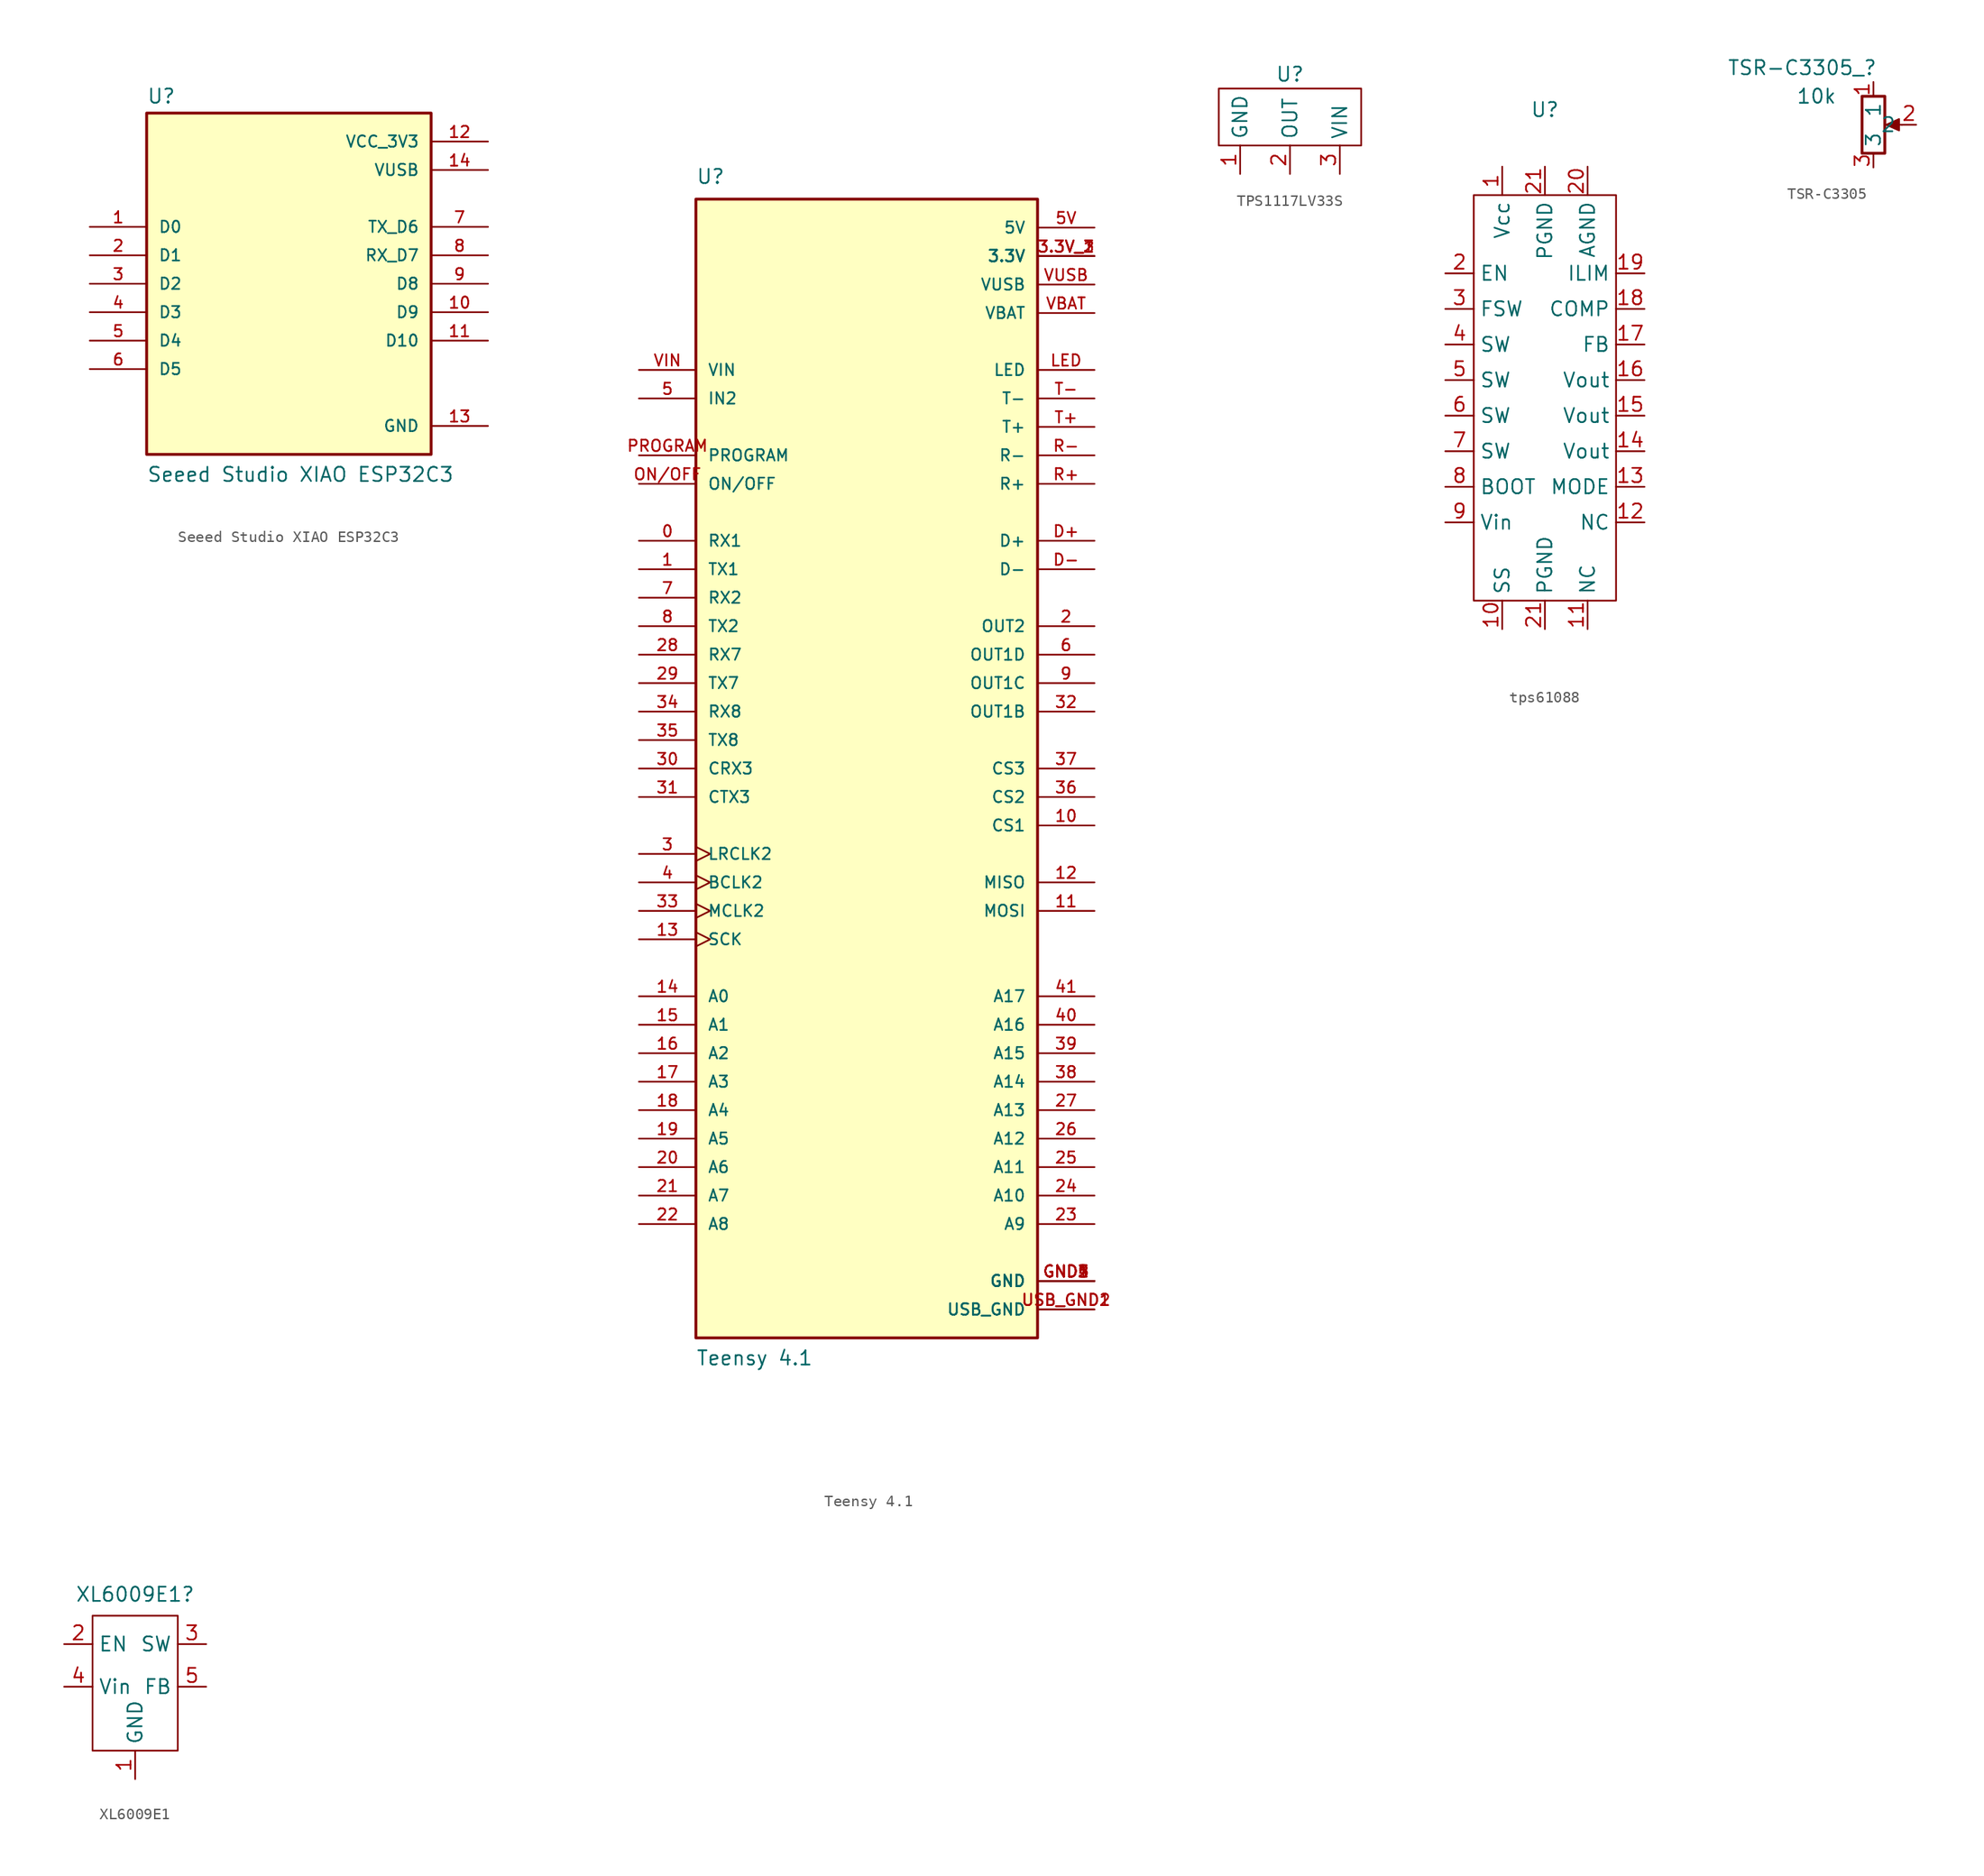
<source format=kicad_sym>
(kicad_symbol_lib
  (version 20220914)
  (generator kicad_symbol_editor)
  (symbol "Seeed Studio XIAO ESP32C3"
    (pin_names
      (offset 1.016))
    (property "Reference" "U"
      (at -12.7 16.002 0)
      (effects (font (size 1.27 1.27)) (justify left bottom)))
    (property "Value" "Seeed Studio XIAO ESP32C3"
      (at -12.7 -17.78 0)
      (effects (font (size 1.27 1.27)) (justify left bottom)))
    (symbol "Seeed Studio XIAO ESP32C3_0_0"
      (rectangle (start -12.7 -15.24) (end 12.7 15.24) (stroke (width 0.254) (type default)) (fill (type background)))
      (pin bidirectional line (at -17.78 5.08 0) (length 5.08) (name "D0" (effects (font (size 1.016 1.016)))) (number "1" (effects (font (size 1.016 1.016)))))
      (pin bidirectional line (at 17.78 -2.54 180) (length 5.08) (name "D9" (effects (font (size 1.016 1.016)))) (number "10" (effects (font (size 1.016 1.016)))))
      (pin bidirectional line (at 17.78 -5.08 180) (length 5.08) (name "D10" (effects (font (size 1.016 1.016)))) (number "11" (effects (font (size 1.016 1.016)))))
      (pin power_in line (at 17.78 12.7 180) (length 5.08) (name "VCC_3V3" (effects (font (size 1.016 1.016)))) (number "12" (effects (font (size 1.016 1.016)))))
      (pin power_in line (at 17.78 -12.7 180) (length 5.08) (name "GND" (effects (font (size 1.016 1.016)))) (number "13" (effects (font (size 1.016 1.016)))))
      (pin power_in line (at 17.78 10.16 180) (length 5.08) (name "VUSB" (effects (font (size 1.016 1.016)))) (number "14" (effects (font (size 1.016 1.016)))))
      (pin bidirectional line (at -17.78 2.54 0) (length 5.08) (name "D1" (effects (font (size 1.016 1.016)))) (number "2" (effects (font (size 1.016 1.016)))))
      (pin bidirectional line (at -17.78 0 0) (length 5.08) (name "D2" (effects (font (size 1.016 1.016)))) (number "3" (effects (font (size 1.016 1.016)))))
      (pin bidirectional line (at -17.78 -2.54 0) (length 5.08) (name "D3" (effects (font (size 1.016 1.016)))) (number "4" (effects (font (size 1.016 1.016)))))
      (pin bidirectional line (at -17.78 -5.08 0) (length 5.08) (name "D4" (effects (font (size 1.016 1.016)))) (number "5" (effects (font (size 1.016 1.016)))))
      (pin bidirectional line (at -17.78 -7.62 0) (length 5.08) (name "D5" (effects (font (size 1.016 1.016)))) (number "6" (effects (font (size 1.016 1.016)))))
      (pin bidirectional line (at 17.78 5.08 180) (length 5.08) (name "TX_D6" (effects (font (size 1.016 1.016)))) (number "7" (effects (font (size 1.016 1.016)))))
      (pin bidirectional line (at 17.78 2.54 180) (length 5.08) (name "RX_D7" (effects (font (size 1.016 1.016)))) (number "8" (effects (font (size 1.016 1.016)))))
      (pin bidirectional line (at 17.78 0 180) (length 5.08) (name "D8" (effects (font (size 1.016 1.016)))) (number "9" (effects (font (size 1.016 1.016)))))))
  (symbol "Teensy 4.1"
    (pin_names
      (offset 1.016))
    (property "Reference" "U"
      (at -15.24 52.07 0)
      (effects (font (size 1.27 1.27)) (justify left bottom)))
    (property "Value" "Teensy 4.1"
      (at -15.24 -53.34 0)
      (effects (font (size 1.27 1.27)) (justify left bottom)))
    (symbol "Teensy 4.1_0_0"
      (rectangle (start -15.24 -50.8) (end 15.24 50.8) (stroke (width 0.254) (type default)) (fill (type background)))
      (pin bidirectional line (at -20.32 20.32 0) (length 5.08) (name "RX1" (effects (font (size 1.016 1.016)))) (number "0" (effects (font (size 1.016 1.016)))))
      (pin bidirectional line (at -20.32 17.78 0) (length 5.08) (name "TX1" (effects (font (size 1.016 1.016)))) (number "1" (effects (font (size 1.016 1.016)))))
      (pin bidirectional line (at 20.32 -5.08 180) (length 5.08) (name "CS1" (effects (font (size 1.016 1.016)))) (number "10" (effects (font (size 1.016 1.016)))))
      (pin bidirectional line (at 20.32 -12.7 180) (length 5.08) (name "MOSI" (effects (font (size 1.016 1.016)))) (number "11" (effects (font (size 1.016 1.016)))))
      (pin bidirectional line (at 20.32 -10.16 180) (length 5.08) (name "MISO" (effects (font (size 1.016 1.016)))) (number "12" (effects (font (size 1.016 1.016)))))
      (pin bidirectional clock (at -20.32 -15.24 0) (length 5.08) (name "SCK" (effects (font (size 1.016 1.016)))) (number "13" (effects (font (size 1.016 1.016)))))
      (pin bidirectional line (at -20.32 -20.32 0) (length 5.08) (name "A0" (effects (font (size 1.016 1.016)))) (number "14" (effects (font (size 1.016 1.016)))))
      (pin bidirectional line (at -20.32 -22.86 0) (length 5.08) (name "A1" (effects (font (size 1.016 1.016)))) (number "15" (effects (font (size 1.016 1.016)))))
      (pin bidirectional line (at -20.32 -25.4 0) (length 5.08) (name "A2" (effects (font (size 1.016 1.016)))) (number "16" (effects (font (size 1.016 1.016)))))
      (pin bidirectional line (at -20.32 -27.94 0) (length 5.08) (name "A3" (effects (font (size 1.016 1.016)))) (number "17" (effects (font (size 1.016 1.016)))))
      (pin bidirectional line (at -20.32 -30.48 0) (length 5.08) (name "A4" (effects (font (size 1.016 1.016)))) (number "18" (effects (font (size 1.016 1.016)))))
      (pin bidirectional line (at -20.32 -33.02 0) (length 5.08) (name "A5" (effects (font (size 1.016 1.016)))) (number "19" (effects (font (size 1.016 1.016)))))
      (pin output line (at 20.32 12.7 180) (length 5.08) (name "OUT2" (effects (font (size 1.016 1.016)))) (number "2" (effects (font (size 1.016 1.016)))))
      (pin bidirectional line (at -20.32 -35.56 0) (length 5.08) (name "A6" (effects (font (size 1.016 1.016)))) (number "20" (effects (font (size 1.016 1.016)))))
      (pin bidirectional line (at -20.32 -38.1 0) (length 5.08) (name "A7" (effects (font (size 1.016 1.016)))) (number "21" (effects (font (size 1.016 1.016)))))
      (pin bidirectional line (at -20.32 -40.64 0) (length 5.08) (name "A8" (effects (font (size 1.016 1.016)))) (number "22" (effects (font (size 1.016 1.016)))))
      (pin bidirectional line (at 20.32 -40.64 180) (length 5.08) (name "A9" (effects (font (size 1.016 1.016)))) (number "23" (effects (font (size 1.016 1.016)))))
      (pin bidirectional line (at 20.32 -38.1 180) (length 5.08) (name "A10" (effects (font (size 1.016 1.016)))) (number "24" (effects (font (size 1.016 1.016)))))
      (pin bidirectional line (at 20.32 -35.56 180) (length 5.08) (name "A11" (effects (font (size 1.016 1.016)))) (number "25" (effects (font (size 1.016 1.016)))))
      (pin bidirectional line (at 20.32 -33.02 180) (length 5.08) (name "A12" (effects (font (size 1.016 1.016)))) (number "26" (effects (font (size 1.016 1.016)))))
      (pin bidirectional line (at 20.32 -30.48 180) (length 5.08) (name "A13" (effects (font (size 1.016 1.016)))) (number "27" (effects (font (size 1.016 1.016)))))
      (pin bidirectional line (at -20.32 10.16 0) (length 5.08) (name "RX7" (effects (font (size 1.016 1.016)))) (number "28" (effects (font (size 1.016 1.016)))))
      (pin bidirectional line (at -20.32 7.62 0) (length 5.08) (name "TX7" (effects (font (size 1.016 1.016)))) (number "29" (effects (font (size 1.016 1.016)))))
      (pin bidirectional clock (at -20.32 -7.62 0) (length 5.08) (name "LRCLK2" (effects (font (size 1.016 1.016)))) (number "3" (effects (font (size 1.016 1.016)))))
      (pin power_in line (at 20.32 45.72 180) (length 5.08) (name "3.3V" (effects (font (size 1.016 1.016)))) (number "3.3V_1" (effects (font (size 1.016 1.016)))))
      (pin power_in line (at 20.32 45.72 180) (length 5.08) (name "3.3V" (effects (font (size 1.016 1.016)))) (number "3.3V_2" (effects (font (size 1.016 1.016)))))
      (pin power_in line (at 20.32 45.72 180) (length 5.08) (name "3.3V" (effects (font (size 1.016 1.016)))) (number "3.3V_3" (effects (font (size 1.016 1.016)))))
      (pin bidirectional line (at -20.32 0 0) (length 5.08) (name "CRX3" (effects (font (size 1.016 1.016)))) (number "30" (effects (font (size 1.016 1.016)))))
      (pin bidirectional line (at -20.32 -2.54 0) (length 5.08) (name "CTX3" (effects (font (size 1.016 1.016)))) (number "31" (effects (font (size 1.016 1.016)))))
      (pin output line (at 20.32 5.08 180) (length 5.08) (name "OUT1B" (effects (font (size 1.016 1.016)))) (number "32" (effects (font (size 1.016 1.016)))))
      (pin bidirectional clock (at -20.32 -12.7 0) (length 5.08) (name "MCLK2" (effects (font (size 1.016 1.016)))) (number "33" (effects (font (size 1.016 1.016)))))
      (pin bidirectional line (at -20.32 5.08 0) (length 5.08) (name "RX8" (effects (font (size 1.016 1.016)))) (number "34" (effects (font (size 1.016 1.016)))))
      (pin bidirectional line (at -20.32 2.54 0) (length 5.08) (name "TX8" (effects (font (size 1.016 1.016)))) (number "35" (effects (font (size 1.016 1.016)))))
      (pin bidirectional line (at 20.32 -2.54 180) (length 5.08) (name "CS2" (effects (font (size 1.016 1.016)))) (number "36" (effects (font (size 1.016 1.016)))))
      (pin bidirectional line (at 20.32 0 180) (length 5.08) (name "CS3" (effects (font (size 1.016 1.016)))) (number "37" (effects (font (size 1.016 1.016)))))
      (pin bidirectional line (at 20.32 -27.94 180) (length 5.08) (name "A14" (effects (font (size 1.016 1.016)))) (number "38" (effects (font (size 1.016 1.016)))))
      (pin bidirectional line (at 20.32 -25.4 180) (length 5.08) (name "A15" (effects (font (size 1.016 1.016)))) (number "39" (effects (font (size 1.016 1.016)))))
      (pin bidirectional clock (at -20.32 -10.16 0) (length 5.08) (name "BCLK2" (effects (font (size 1.016 1.016)))) (number "4" (effects (font (size 1.016 1.016)))))
      (pin bidirectional line (at 20.32 -22.86 180) (length 5.08) (name "A16" (effects (font (size 1.016 1.016)))) (number "40" (effects (font (size 1.016 1.016)))))
      (pin bidirectional line (at 20.32 -20.32 180) (length 5.08) (name "A17" (effects (font (size 1.016 1.016)))) (number "41" (effects (font (size 1.016 1.016)))))
      (pin bidirectional line (at -20.32 33.02 0) (length 5.08) (name "IN2" (effects (font (size 1.016 1.016)))) (number "5" (effects (font (size 1.016 1.016)))))
      (pin power_in line (at 20.32 48.26 180) (length 5.08) (name "5V" (effects (font (size 1.016 1.016)))) (number "5V" (effects (font (size 1.016 1.016)))))
      (pin output line (at 20.32 10.16 180) (length 5.08) (name "OUT1D" (effects (font (size 1.016 1.016)))) (number "6" (effects (font (size 1.016 1.016)))))
      (pin bidirectional line (at -20.32 15.24 0) (length 5.08) (name "RX2" (effects (font (size 1.016 1.016)))) (number "7" (effects (font (size 1.016 1.016)))))
      (pin bidirectional line (at -20.32 12.7 0) (length 5.08) (name "TX2" (effects (font (size 1.016 1.016)))) (number "8" (effects (font (size 1.016 1.016)))))
      (pin output line (at 20.32 7.62 180) (length 5.08) (name "OUT1C" (effects (font (size 1.016 1.016)))) (number "9" (effects (font (size 1.016 1.016)))))
      (pin bidirectional line (at 20.32 20.32 180) (length 5.08) (name "D+" (effects (font (size 1.016 1.016)))) (number "D+" (effects (font (size 1.016 1.016)))))
      (pin bidirectional line (at 20.32 17.78 180) (length 5.08) (name "D-" (effects (font (size 1.016 1.016)))) (number "D-" (effects (font (size 1.016 1.016)))))
      (pin power_in line (at 20.32 -45.72 180) (length 5.08) (name "GND" (effects (font (size 1.016 1.016)))) (number "GND1" (effects (font (size 1.016 1.016)))))
      (pin power_in line (at 20.32 -45.72 180) (length 5.08) (name "GND" (effects (font (size 1.016 1.016)))) (number "GND2" (effects (font (size 1.016 1.016)))))
      (pin power_in line (at 20.32 -45.72 180) (length 5.08) (name "GND" (effects (font (size 1.016 1.016)))) (number "GND3" (effects (font (size 1.016 1.016)))))
      (pin power_in line (at 20.32 -45.72 180) (length 5.08) (name "GND" (effects (font (size 1.016 1.016)))) (number "GND4" (effects (font (size 1.016 1.016)))))
      (pin power_in line (at 20.32 -45.72 180) (length 5.08) (name "GND" (effects (font (size 1.016 1.016)))) (number "GND5" (effects (font (size 1.016 1.016)))))
      (pin bidirectional line (at 20.32 35.56 180) (length 5.08) (name "LED" (effects (font (size 1.016 1.016)))) (number "LED" (effects (font (size 1.016 1.016)))))
      (pin bidirectional line (at -20.32 25.4 0) (length 5.08) (name "ON/OFF" (effects (font (size 1.016 1.016)))) (number "ON/OFF" (effects (font (size 1.016 1.016)))))
      (pin bidirectional line (at -20.32 27.94 0) (length 5.08) (name "PROGRAM" (effects (font (size 1.016 1.016)))) (number "PROGRAM" (effects (font (size 1.016 1.016)))))
      (pin bidirectional line (at 20.32 25.4 180) (length 5.08) (name "R+" (effects (font (size 1.016 1.016)))) (number "R+" (effects (font (size 1.016 1.016)))))
      (pin bidirectional line (at 20.32 27.94 180) (length 5.08) (name "R-" (effects (font (size 1.016 1.016)))) (number "R-" (effects (font (size 1.016 1.016)))))
      (pin bidirectional line (at 20.32 30.48 180) (length 5.08) (name "T+" (effects (font (size 1.016 1.016)))) (number "T+" (effects (font (size 1.016 1.016)))))
      (pin bidirectional line (at 20.32 33.02 180) (length 5.08) (name "T-" (effects (font (size 1.016 1.016)))) (number "T-" (effects (font (size 1.016 1.016)))))
      (pin power_in line (at 20.32 -48.26 180) (length 5.08) (name "USB_GND" (effects (font (size 1.016 1.016)))) (number "USB_GND1" (effects (font (size 1.016 1.016)))))
      (pin power_in line (at 20.32 -48.26 180) (length 5.08) (name "USB_GND" (effects (font (size 1.016 1.016)))) (number "USB_GND2" (effects (font (size 1.016 1.016)))))
      (pin passive line (at 20.32 40.64 180) (length 5.08) (name "VBAT" (effects (font (size 1.016 1.016)))) (number "VBAT" (effects (font (size 1.016 1.016)))))
      (pin input line (at -20.32 35.56 0) (length 5.08) (name "VIN" (effects (font (size 1.016 1.016)))) (number "VIN" (effects (font (size 1.016 1.016)))))
      (pin passive line (at 20.32 43.18 180) (length 5.08) (name "VUSB" (effects (font (size 1.016 1.016)))) (number "VUSB" (effects (font (size 1.016 1.016)))))))
  (symbol "TPS1117LV33S"
    (property "Reference" "U"
      (at 0 4.445 0)
      (effects (font (size 1.27 1.27))))
    (property "Value" ""
      (at 0 5.715 0)
      (effects (font (size 1.27 1.27))))
    (symbol "TPS1117LV33S_0_1"
      (rectangle (start -6.35 3.175) (end 6.35 -1.905) (stroke (width 0) (type default)) (fill (type none))))
    (symbol "TPS1117LV33S_1_1"
      (pin passive line (at -4.445 -4.445 90) (length 2.54) (name "GND" (effects (font (size 1.27 1.27)))) (number "1" (effects (font (size 1.27 1.27)))))
      (pin passive line (at 0 -4.445 90) (length 2.54) (name "OUT" (effects (font (size 1.27 1.27)))) (number "2" (effects (font (size 1.27 1.27)))))
      (pin passive line (at 4.445 -4.445 90) (length 2.54) (name "VIN" (effects (font (size 1.27 1.27)))) (number "3" (effects (font (size 1.27 1.27)))))))
  (symbol "tps61088"
    (property "Reference" "U"
      (at 0 2.54 0)
      (effects (font (size 1.27 1.27))))
    (property "Value" ""
      (at 0 0 0)
      (effects (font (size 1.27 1.27))))
    (symbol "tps61088_0_1"
      (rectangle (start -6.35 -5.08) (end 6.35 -41.275) (stroke (width 0) (type default)) (fill (type none))))
    (symbol "tps61088_1_1"
      (pin passive line (at -3.81 -2.54 270) (length 2.54) (name "Vcc" (effects (font (size 1.27 1.27)))) (number "1" (effects (font (size 1.27 1.27)))))
      (pin passive line (at -3.81 -43.815 90) (length 2.54) (name "SS" (effects (font (size 1.27 1.27)))) (number "10" (effects (font (size 1.27 1.27)))))
      (pin passive line (at 3.81 -43.815 90) (length 2.54) (name "NC" (effects (font (size 1.27 1.27)))) (number "11" (effects (font (size 1.27 1.27)))))
      (pin passive line (at 8.89 -34.29 180) (length 2.54) (name "NC" (effects (font (size 1.27 1.27)))) (number "12" (effects (font (size 1.27 1.27)))))
      (pin passive line (at 8.89 -31.115 180) (length 2.54) (name "MODE" (effects (font (size 1.27 1.27)))) (number "13" (effects (font (size 1.27 1.27)))))
      (pin passive line (at 8.89 -27.94 180) (length 2.54) (name "Vout" (effects (font (size 1.27 1.27)))) (number "14" (effects (font (size 1.27 1.27)))))
      (pin passive line (at 8.89 -24.765 180) (length 2.54) (name "Vout" (effects (font (size 1.27 1.27)))) (number "15" (effects (font (size 1.27 1.27)))))
      (pin passive line (at 8.89 -21.59 180) (length 2.54) (name "Vout" (effects (font (size 1.27 1.27)))) (number "16" (effects (font (size 1.27 1.27)))))
      (pin passive line (at 8.89 -18.415 180) (length 2.54) (name "FB" (effects (font (size 1.27 1.27)))) (number "17" (effects (font (size 1.27 1.27)))))
      (pin passive line (at 8.89 -15.24 180) (length 2.54) (name "COMP" (effects (font (size 1.27 1.27)))) (number "18" (effects (font (size 1.27 1.27)))))
      (pin passive line (at 8.89 -12.065 180) (length 2.54) (name "ILIM" (effects (font (size 1.27 1.27)))) (number "19" (effects (font (size 1.27 1.27)))))
      (pin passive line (at -8.89 -12.065 0) (length 2.54) (name "EN" (effects (font (size 1.27 1.27)))) (number "2" (effects (font (size 1.27 1.27)))))
      (pin passive line (at 3.81 -2.54 270) (length 2.54) (name "AGND" (effects (font (size 1.27 1.27)))) (number "20" (effects (font (size 1.27 1.27)))))
      (pin passive line (at 0 -43.815 90) (length 2.54) (name "PGND" (effects (font (size 1.27 1.27)))) (number "21" (effects (font (size 1.27 1.27)))))
      (pin passive line (at 0 -2.54 270) (length 2.54) (name "PGND" (effects (font (size 1.27 1.27)))) (number "21" (effects (font (size 1.27 1.27)))))
      (pin passive line (at -8.89 -15.24 0) (length 2.54) (name "FSW" (effects (font (size 1.27 1.27)))) (number "3" (effects (font (size 1.27 1.27)))))
      (pin passive line (at -8.89 -18.415 0) (length 2.54) (name "SW" (effects (font (size 1.27 1.27)))) (number "4" (effects (font (size 1.27 1.27)))))
      (pin passive line (at -8.89 -21.59 0) (length 2.54) (name "SW" (effects (font (size 1.27 1.27)))) (number "5" (effects (font (size 1.27 1.27)))))
      (pin passive line (at -8.89 -24.765 0) (length 2.54) (name "SW" (effects (font (size 1.27 1.27)))) (number "6" (effects (font (size 1.27 1.27)))))
      (pin passive line (at -8.89 -27.94 0) (length 2.54) (name "SW" (effects (font (size 1.27 1.27)))) (number "7" (effects (font (size 1.27 1.27)))))
      (pin passive line (at -8.89 -31.115 0) (length 2.54) (name "BOOT" (effects (font (size 1.27 1.27)))) (number "8" (effects (font (size 1.27 1.27)))))
      (pin passive line (at -8.89 -34.29 0) (length 2.54) (name "Vin" (effects (font (size 1.27 1.27)))) (number "9" (effects (font (size 1.27 1.27)))))))
  (symbol "TSR-C3305"
    (property "Reference" "TSR-C3305_"
      (at -6.35 -1.27 0)
      (effects (font (size 1.27 1.27))))
    (property "Value" "10k"
      (at -5.08 -3.81 0)
      (effects (font (size 1.27 1.27))))
    (symbol "TSR-C3305_0_1"
      (rectangle (start -1.016 -3.81) (end 1.016 -8.89) (stroke (width 0.254) (type default)) (fill (type none)))
      (polyline (pts (xy 2.54 -6.35) (xy 1.524 -6.35)) (stroke (width 0) (type default)) (fill (type none)))
      (polyline (pts (xy 1.143 -6.35) (xy 2.286 -5.842) (xy 2.286 -6.858) (xy 1.143 -6.35)) (stroke (width 0) (type default)) (fill (type outline))))
    (symbol "TSR-C3305_1_1"
      (pin passive line (at 0 -2.54 270) (length 1.27) (name "1" (effects (font (size 1.27 1.27)))) (number "1" (effects (font (size 1.27 1.27)))))
      (pin passive line (at 3.81 -6.35 180) (length 1.27) (name "2" (effects (font (size 1.27 1.27)))) (number "2" (effects (font (size 1.27 1.27)))))
      (pin passive line (at 0 -10.16 90) (length 1.27) (name "3" (effects (font (size 1.27 1.27)))) (number "3" (effects (font (size 1.27 1.27)))))))
  (symbol "XL6009E1"
    (property "Reference" "XL6009E1"
      (at 0 0.635 0)
      (effects (font (size 1.27 1.27))))
    (property "Value" ""
      (at 0 0 0)
      (effects (font (size 1.27 1.27))))
    (symbol "XL6009E1_0_1"
      (rectangle (start -3.81 -1.27) (end 3.81 -13.335) (stroke (width 0) (type default)) (fill (type none))))
    (symbol "XL6009E1_1_1"
      (pin passive line (at 0 -15.875 90) (length 2.54) (name "GND" (effects (font (size 1.27 1.27)))) (number "1" (effects (font (size 1.27 1.27)))))
      (pin passive line (at -6.35 -3.81 0) (length 2.54) (name "EN" (effects (font (size 1.27 1.27)))) (number "2" (effects (font (size 1.27 1.27)))))
      (pin passive line (at 6.35 -3.81 180) (length 2.54) (name "SW" (effects (font (size 1.27 1.27)))) (number "3" (effects (font (size 1.27 1.27)))))
      (pin passive line (at -6.35 -7.62 0) (length 2.54) (name "Vin" (effects (font (size 1.27 1.27)))) (number "4" (effects (font (size 1.27 1.27)))))
      (pin passive line (at 6.35 -7.62 180) (length 2.54) (name "FB" (effects (font (size 1.27 1.27)))) (number "5" (effects (font (size 1.27 1.27))))))))
</source>
